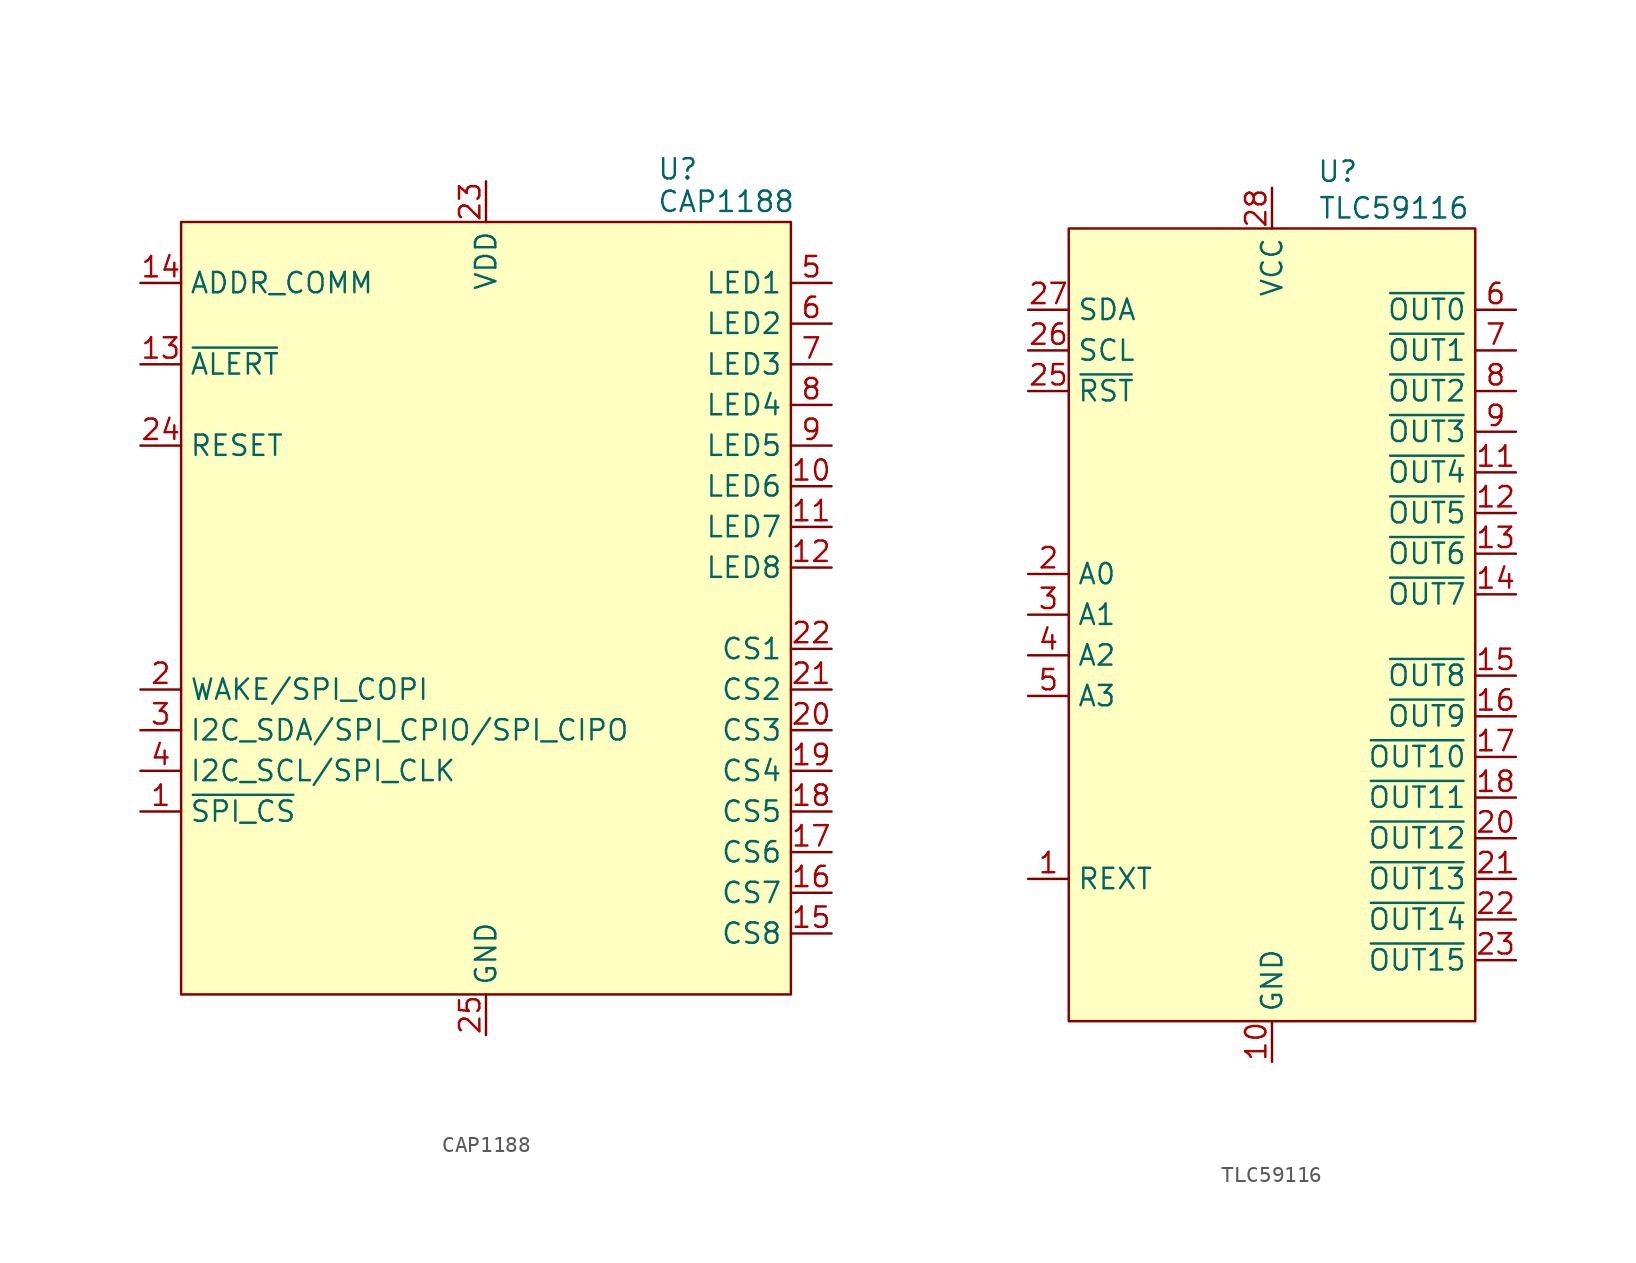
<source format=kicad_sym>
(kicad_symbol_lib
  (version 20241209)
  (generator "kicad_symbol_editor")
  (generator_version "9.0")
  (symbol "CAP1188"
    (property "Reference" "U"
      (at 10.668 27.432 0)
      (effects (font (size 1.27 1.27)) (justify left)))
    (property "Value" "CAP1188"
      (at 10.668 25.4 0)
      (effects (font (size 1.27 1.27)) (justify left)))
    (symbol "CAP1188_1_1"
      (rectangle (start -19.05 24.13) (end 19.05 -24.13) (stroke (width 0) (type default)) (fill (type background)))
      (pin input line (at -21.59 20.32 0) (length 2.54) (name "ADDR_COMM" (effects (font (size 1.27 1.27)))) (number "14" (effects (font (size 1.27 1.27)))))
      (pin output line (at -21.59 15.24 0) (length 2.54) (name "~{ALERT}" (effects (font (size 1.27 1.27)))) (number "13" (effects (font (size 1.27 1.27)))))
      (pin input line (at -21.59 10.16 0) (length 2.54) (name "RESET" (effects (font (size 1.27 1.27)))) (number "24" (effects (font (size 1.27 1.27)))))
      (pin input line (at -21.59 -5.08 0) (length 2.54) (name "WAKE/SPI_COPI" (effects (font (size 1.27 1.27)))) (number "2" (effects (font (size 1.27 1.27)))))
      (pin input line (at -21.59 -7.62 0) (length 2.54) (name "I2C_SDA/SPI_CPIO/SPI_CIPO" (effects (font (size 1.27 1.27)))) (number "3" (effects (font (size 1.27 1.27)))))
      (pin input line (at -21.59 -10.16 0) (length 2.54) (name "I2C_SCL/SPI_CLK" (effects (font (size 1.27 1.27)))) (number "4" (effects (font (size 1.27 1.27)))))
      (pin input line (at -21.59 -12.7 0) (length 2.54) (name "~{SPI_CS}" (effects (font (size 1.27 1.27)))) (number "1" (effects (font (size 1.27 1.27)))))
      (pin power_in line (at 0 26.67 270) (length 2.54) (name "VDD" (effects (font (size 1.27 1.27)))) (number "23" (effects (font (size 1.27 1.27)))))
      (pin power_in line (at 0 -26.67 90) (length 2.54) (name "GND" (effects (font (size 1.27 1.27)))) (number "25" (effects (font (size 1.27 1.27)))))
      (pin output line (at 21.59 20.32 180) (length 2.54) (name "LED1" (effects (font (size 1.27 1.27)))) (number "5" (effects (font (size 1.27 1.27)))))
      (pin output line (at 21.59 17.78 180) (length 2.54) (name "LED2" (effects (font (size 1.27 1.27)))) (number "6" (effects (font (size 1.27 1.27)))))
      (pin output line (at 21.59 15.24 180) (length 2.54) (name "LED3" (effects (font (size 1.27 1.27)))) (number "7" (effects (font (size 1.27 1.27)))))
      (pin output line (at 21.59 12.7 180) (length 2.54) (name "LED4" (effects (font (size 1.27 1.27)))) (number "8" (effects (font (size 1.27 1.27)))))
      (pin output line (at 21.59 10.16 180) (length 2.54) (name "LED5" (effects (font (size 1.27 1.27)))) (number "9" (effects (font (size 1.27 1.27)))))
      (pin output line (at 21.59 7.62 180) (length 2.54) (name "LED6" (effects (font (size 1.27 1.27)))) (number "10" (effects (font (size 1.27 1.27)))))
      (pin output line (at 21.59 5.08 180) (length 2.54) (name "LED7" (effects (font (size 1.27 1.27)))) (number "11" (effects (font (size 1.27 1.27)))))
      (pin output line (at 21.59 2.54 180) (length 2.54) (name "LED8" (effects (font (size 1.27 1.27)))) (number "12" (effects (font (size 1.27 1.27)))))
      (pin input line (at 21.59 -2.54 180) (length 2.54) (name "CS1" (effects (font (size 1.27 1.27)))) (number "22" (effects (font (size 1.27 1.27)))))
      (pin input line (at 21.59 -5.08 180) (length 2.54) (name "CS2" (effects (font (size 1.27 1.27)))) (number "21" (effects (font (size 1.27 1.27)))))
      (pin input line (at 21.59 -7.62 180) (length 2.54) (name "CS3" (effects (font (size 1.27 1.27)))) (number "20" (effects (font (size 1.27 1.27)))))
      (pin input line (at 21.59 -10.16 180) (length 2.54) (name "CS4" (effects (font (size 1.27 1.27)))) (number "19" (effects (font (size 1.27 1.27)))))
      (pin input line (at 21.59 -12.7 180) (length 2.54) (name "CS5" (effects (font (size 1.27 1.27)))) (number "18" (effects (font (size 1.27 1.27)))))
      (pin input line (at 21.59 -15.24 180) (length 2.54) (name "CS6" (effects (font (size 1.27 1.27)))) (number "17" (effects (font (size 1.27 1.27)))))
      (pin input line (at 21.59 -17.78 180) (length 2.54) (name "CS7" (effects (font (size 1.27 1.27)))) (number "16" (effects (font (size 1.27 1.27)))))
      (pin input line (at 21.59 -20.32 180) (length 2.54) (name "CS8" (effects (font (size 1.27 1.27)))) (number "15" (effects (font (size 1.27 1.27)))))))
  (symbol "TLC59116"
    (property "Reference" "U"
      (at 2.794 28.956 0)
      (effects (font (size 1.27 1.27)) (justify left)))
    (property "Value" "TLC59116"
      (at 7.62 26.67 0)
      (effects (font (size 1.27 1.27))))
    (symbol "TLC59116_1_1"
      (rectangle (start -12.7 25.4) (end 12.7 -24.13) (stroke (width 0) (type default)) (fill (type background)))
      (pin input line (at -15.24 20.32 0) (length 2.54) (name "SDA" (effects (font (size 1.27 1.27)))) (number "27" (effects (font (size 1.27 1.27)))))
      (pin input line (at -15.24 17.78 0) (length 2.54) (name "SCL" (effects (font (size 1.27 1.27)))) (number "26" (effects (font (size 1.27 1.27)))))
      (pin input line (at -15.24 15.24 0) (length 2.54) (name "~{RST}" (effects (font (size 1.27 1.27)))) (number "25" (effects (font (size 1.27 1.27)))))
      (pin passive line (at -15.24 3.81 0) (length 2.54) (name "A0" (effects (font (size 1.27 1.27)))) (number "2" (effects (font (size 1.27 1.27)))))
      (pin passive line (at -15.24 1.27 0) (length 2.54) (name "A1" (effects (font (size 1.27 1.27)))) (number "3" (effects (font (size 1.27 1.27)))))
      (pin passive line (at -15.24 -1.27 0) (length 2.54) (name "A2" (effects (font (size 1.27 1.27)))) (number "4" (effects (font (size 1.27 1.27)))))
      (pin passive line (at -15.24 -3.81 0) (length 2.54) (name "A3" (effects (font (size 1.27 1.27)))) (number "5" (effects (font (size 1.27 1.27)))))
      (pin passive line (at -15.24 -15.24 0) (length 2.54) (name "REXT" (effects (font (size 1.27 1.27)))) (number "1" (effects (font (size 1.27 1.27)))))
      (pin power_in line (at 0 27.94 270) (length 2.54) (name "VCC" (effects (font (size 1.27 1.27)))) (number "28" (effects (font (size 1.27 1.27)))))
      (pin power_in line (at 0 -26.67 90) (length 2.54) (name "GND" (effects (font (size 1.27 1.27)))) (number "10" (effects (font (size 1.27 1.27)))))
      (pin power_in line (at 0 -26.67 90) (length 2.54) (hide yes) (name "GND" (effects (font (size 1.27 1.27)))) (number "19" (effects (font (size 1.27 1.27)))))
      (pin power_in line (at 0 -26.67 90) (length 2.54) (hide yes) (name "GND" (effects (font (size 1.27 1.27)))) (number "24" (effects (font (size 1.27 1.27)))))
      (pin output line (at 15.24 20.32 180) (length 2.54) (name "~{OUT0}" (effects (font (size 1.27 1.27)))) (number "6" (effects (font (size 1.27 1.27)))))
      (pin output line (at 15.24 17.78 180) (length 2.54) (name "~{OUT1}" (effects (font (size 1.27 1.27)))) (number "7" (effects (font (size 1.27 1.27)))))
      (pin output line (at 15.24 15.24 180) (length 2.54) (name "~{OUT2}" (effects (font (size 1.27 1.27)))) (number "8" (effects (font (size 1.27 1.27)))))
      (pin output line (at 15.24 12.7 180) (length 2.54) (name "~{OUT3}" (effects (font (size 1.27 1.27)))) (number "9" (effects (font (size 1.27 1.27)))))
      (pin output line (at 15.24 10.16 180) (length 2.54) (name "~{OUT4}" (effects (font (size 1.27 1.27)))) (number "11" (effects (font (size 1.27 1.27)))))
      (pin output line (at 15.24 7.62 180) (length 2.54) (name "~{OUT5}" (effects (font (size 1.27 1.27)))) (number "12" (effects (font (size 1.27 1.27)))))
      (pin output line (at 15.24 5.08 180) (length 2.54) (name "~{OUT6}" (effects (font (size 1.27 1.27)))) (number "13" (effects (font (size 1.27 1.27)))))
      (pin output line (at 15.24 2.54 180) (length 2.54) (name "~{OUT7}" (effects (font (size 1.27 1.27)))) (number "14" (effects (font (size 1.27 1.27)))))
      (pin output line (at 15.24 -2.54 180) (length 2.54) (name "~{OUT8}" (effects (font (size 1.27 1.27)))) (number "15" (effects (font (size 1.27 1.27)))))
      (pin output line (at 15.24 -5.08 180) (length 2.54) (name "~{OUT9}" (effects (font (size 1.27 1.27)))) (number "16" (effects (font (size 1.27 1.27)))))
      (pin output line (at 15.24 -7.62 180) (length 2.54) (name "~{OUT10}" (effects (font (size 1.27 1.27)))) (number "17" (effects (font (size 1.27 1.27)))))
      (pin output line (at 15.24 -10.16 180) (length 2.54) (name "~{OUT11}" (effects (font (size 1.27 1.27)))) (number "18" (effects (font (size 1.27 1.27)))))
      (pin output line (at 15.24 -12.7 180) (length 2.54) (name "~{OUT12}" (effects (font (size 1.27 1.27)))) (number "20" (effects (font (size 1.27 1.27)))))
      (pin output line (at 15.24 -15.24 180) (length 2.54) (name "~{OUT13}" (effects (font (size 1.27 1.27)))) (number "21" (effects (font (size 1.27 1.27)))))
      (pin output line (at 15.24 -17.78 180) (length 2.54) (name "~{OUT14}" (effects (font (size 1.27 1.27)))) (number "22" (effects (font (size 1.27 1.27)))))
      (pin output line (at 15.24 -20.32 180) (length 2.54) (name "~{OUT15}" (effects (font (size 1.27 1.27)))) (number "23" (effects (font (size 1.27 1.27))))))))
</source>
